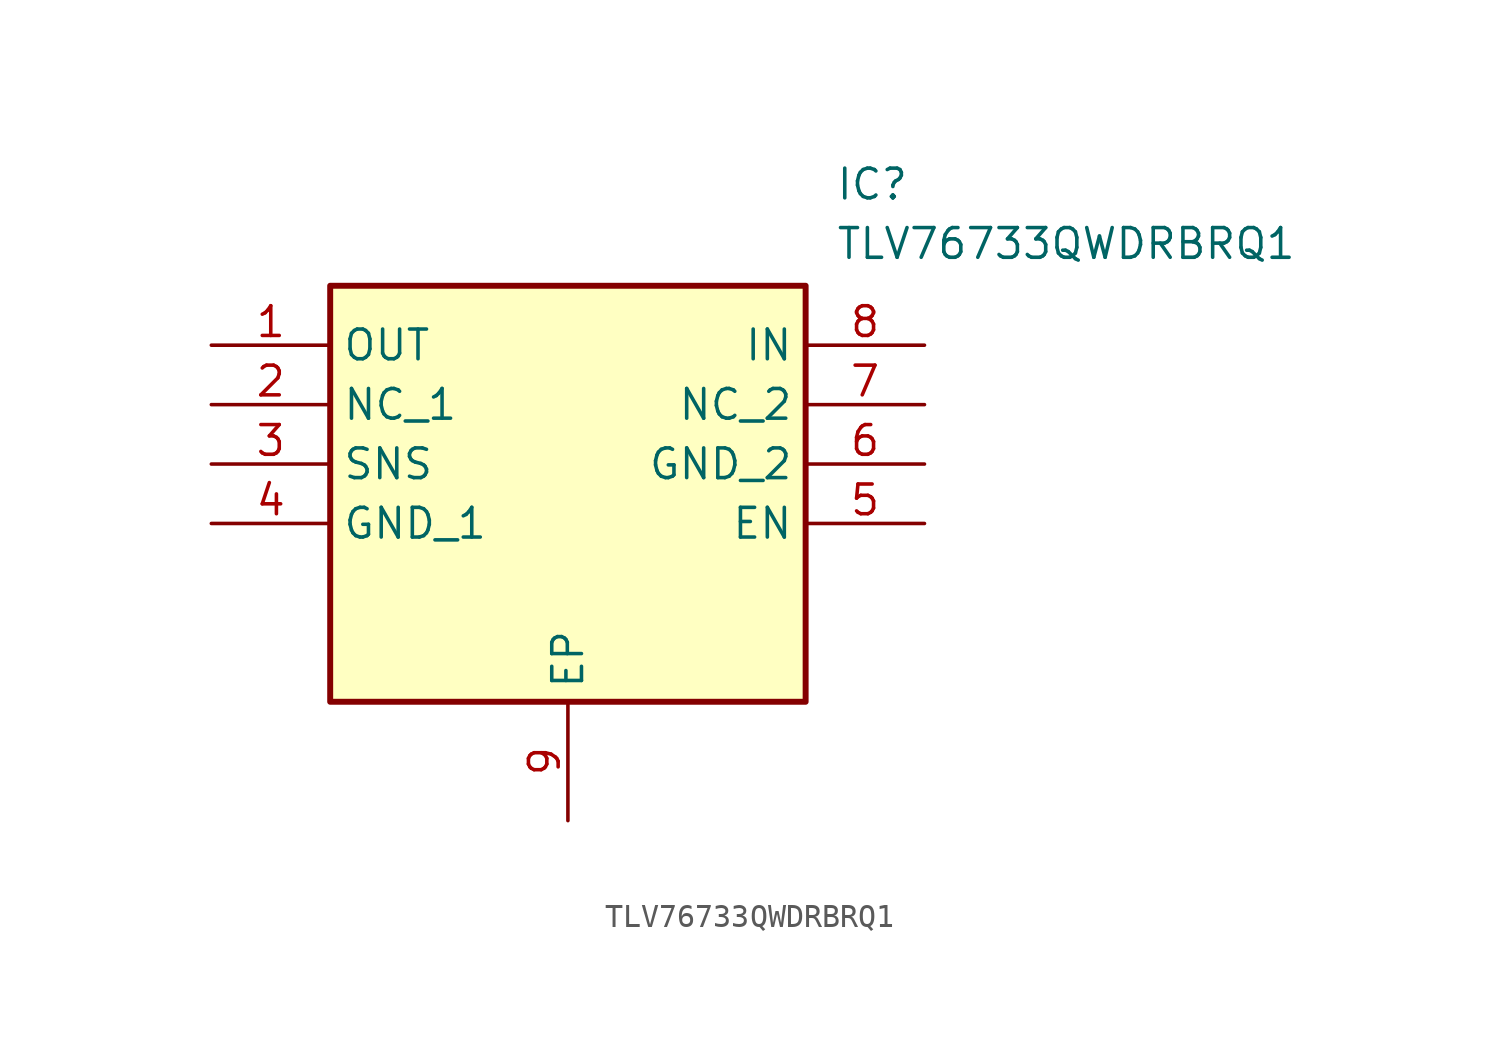
<source format=kicad_sym>
(kicad_symbol_lib
  (version 20211014)
  (generator SamacSys_ECAD_Model)
  (symbol "TLV76733QWDRBRQ1"
    (property "Reference" "IC"
      (at 26.67 7.62 0)
      (effects (font (size 1.27 1.27)) (justify left top)))
    (property "Value" "TLV76733QWDRBRQ1"
      (at 26.67 5.08 0)
      (effects (font (size 1.27 1.27)) (justify left top)))
    (rectangle
      (start 5.08 2.54)
      (end 25.4 -15.24)
      (stroke (width 0.254) (type default))
      (fill (type background)))
    (pin passive line
      (at 0 0 0)
      (length 5.08)
      (name "OUT" (effects (font (size 1.27 1.27))))
      (number "1" (effects (font (size 1.27 1.27)))))
    (pin passive line
      (at 0 -2.54 0)
      (length 5.08)
      (name "NC_1" (effects (font (size 1.27 1.27))))
      (number "2" (effects (font (size 1.27 1.27)))))
    (pin passive line
      (at 0 -5.08 0)
      (length 5.08)
      (name "SNS" (effects (font (size 1.27 1.27))))
      (number "3" (effects (font (size 1.27 1.27)))))
    (pin passive line
      (at 0 -7.62 0)
      (length 5.08)
      (name "GND_1" (effects (font (size 1.27 1.27))))
      (number "4" (effects (font (size 1.27 1.27)))))
    (pin passive line
      (at 15.24 -20.32 90)
      (length 5.08)
      (name "EP" (effects (font (size 1.27 1.27))))
      (number "9" (effects (font (size 1.27 1.27)))))
    (pin passive line
      (at 30.48 0 180)
      (length 5.08)
      (name "IN" (effects (font (size 1.27 1.27))))
      (number "8" (effects (font (size 1.27 1.27)))))
    (pin passive line
      (at 30.48 -2.54 180)
      (length 5.08)
      (name "NC_2" (effects (font (size 1.27 1.27))))
      (number "7" (effects (font (size 1.27 1.27)))))
    (pin passive line
      (at 30.48 -5.08 180)
      (length 5.08)
      (name "GND_2" (effects (font (size 1.27 1.27))))
      (number "6" (effects (font (size 1.27 1.27)))))
    (pin passive line
      (at 30.48 -7.62 180)
      (length 5.08)
      (name "EN" (effects (font (size 1.27 1.27))))
      (number "5" (effects (font (size 1.27 1.27)))))))
</source>
